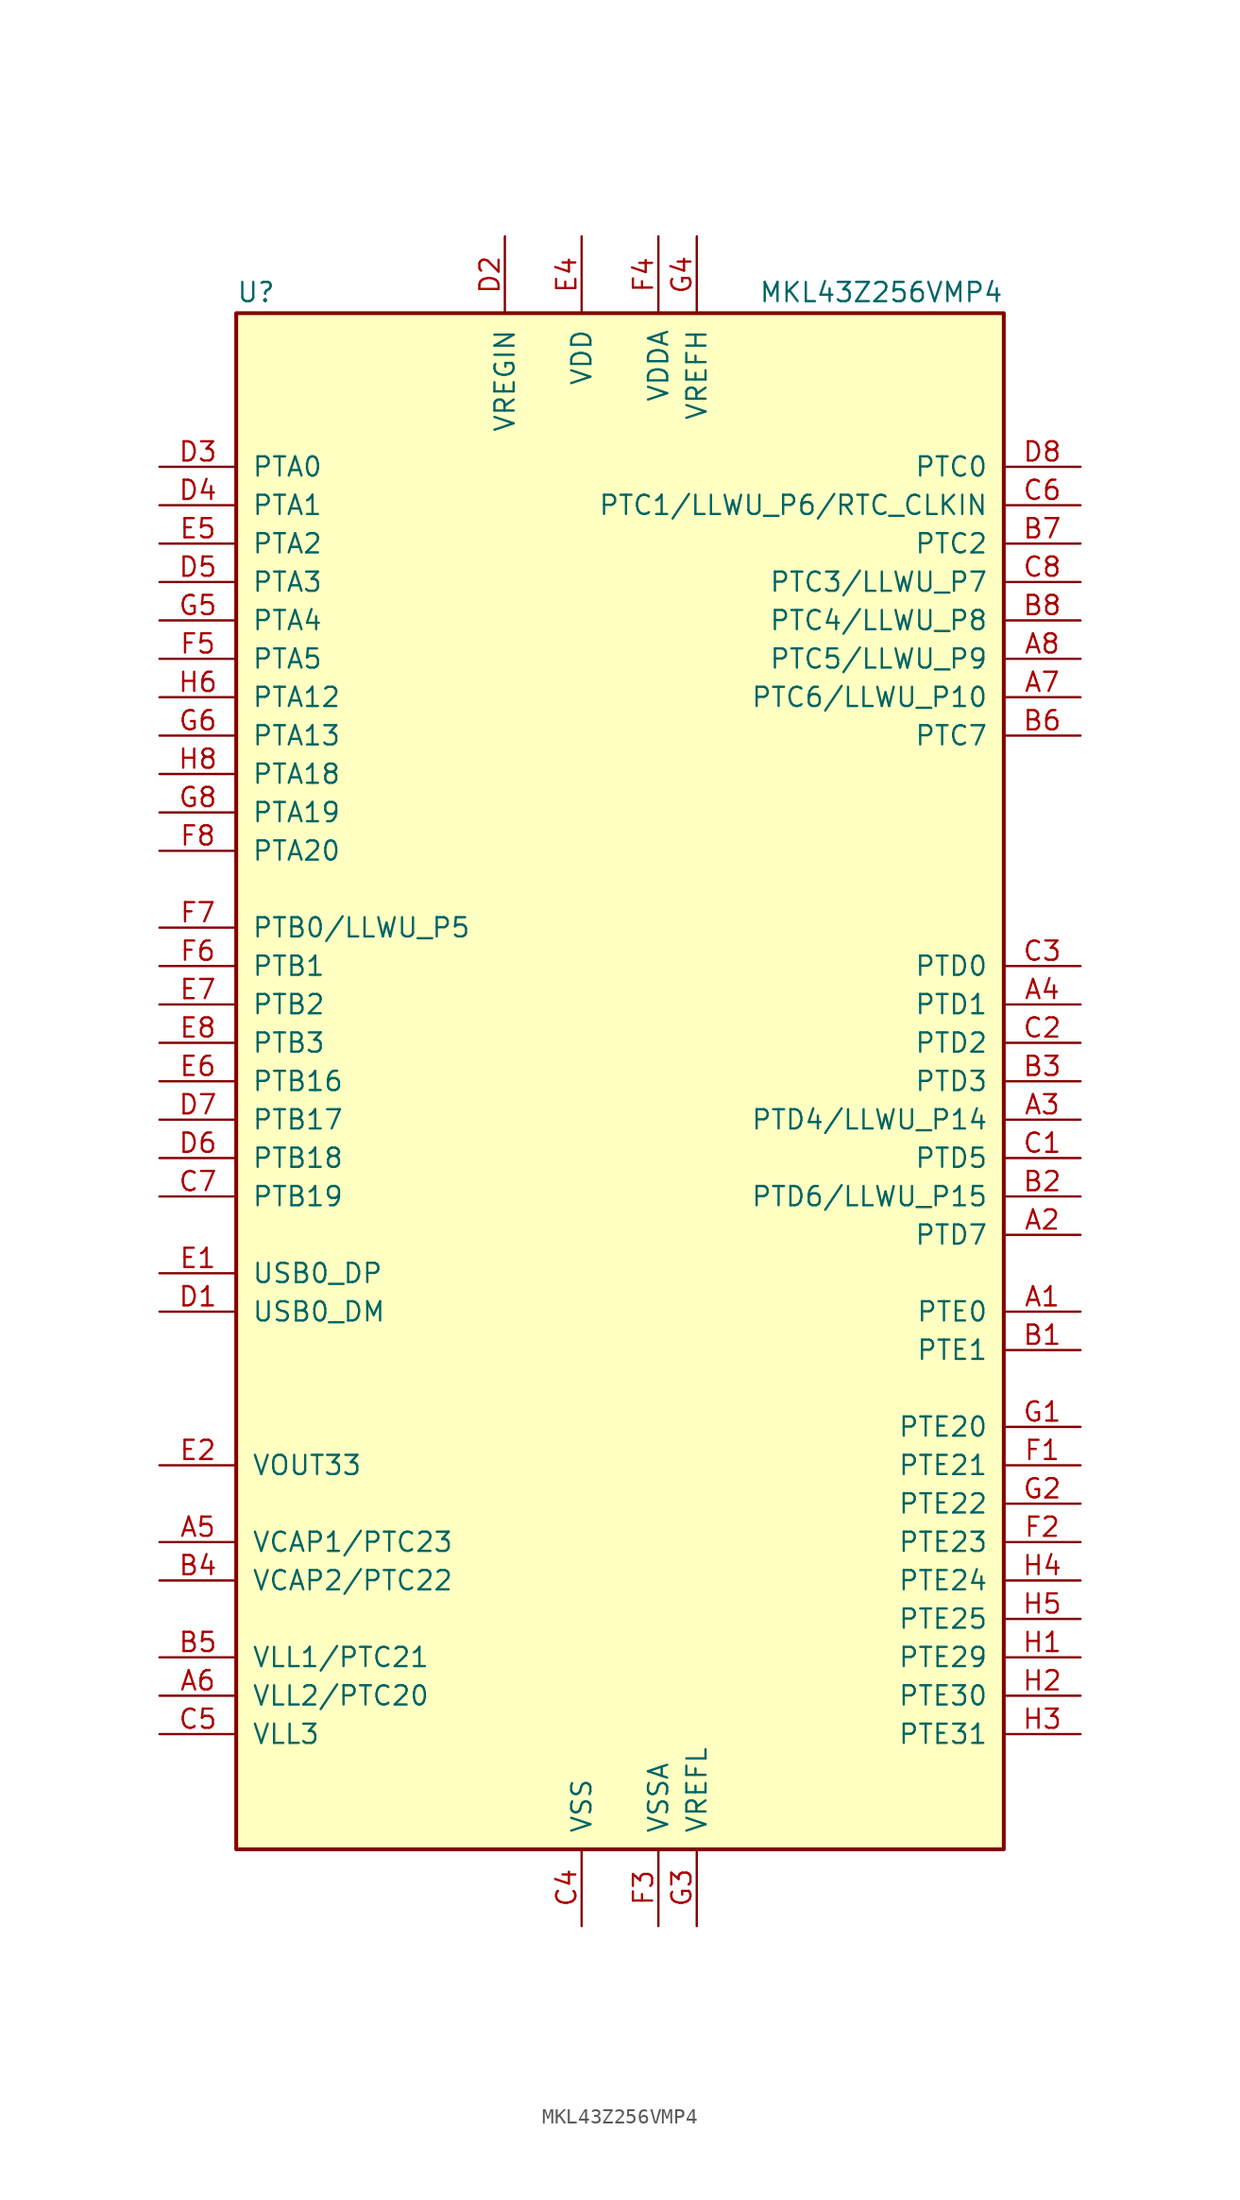
<source format=kicad_sym>
(kicad_symbol_lib
  (version 20231120)
  (generator "kicad_symbol_editor")
  (generator_version "8.0")
  (symbol "MKL43Z256VMP4"
    (pin_names
      (offset 1.016))
    (property "Reference" "U"
      (at -25.4 51.435 0)
      (effects (font (size 1.27 1.27)) (justify left bottom)))
    (property "Value" "MKL43Z256VMP4"
      (at 25.4 51.435 0)
      (effects (font (size 1.27 1.27)) (justify right bottom)))
    (symbol "MKL43Z256VMP4_0_1"
      (rectangle (start -25.4 50.8) (end 25.4 -50.8) (stroke (width 0.254) (type default)) (fill (type background))))
    (symbol "MKL43Z256VMP4_1_1"
      (pin bidirectional line (at 30.48 -15.24 180) (length 5.08) (name "PTE0" (effects (font (size 1.27 1.27)))) (number "A1" (effects (font (size 1.27 1.27)))))
      (pin bidirectional line (at 30.48 -10.16 180) (length 5.08) (name "PTD7" (effects (font (size 1.27 1.27)))) (number "A2" (effects (font (size 1.27 1.27)))))
      (pin bidirectional line (at 30.48 -2.54 180) (length 5.08) (name "PTD4/LLWU_P14" (effects (font (size 1.27 1.27)))) (number "A3" (effects (font (size 1.27 1.27)))))
      (pin bidirectional line (at 30.48 5.08 180) (length 5.08) (name "PTD1" (effects (font (size 1.27 1.27)))) (number "A4" (effects (font (size 1.27 1.27)))))
      (pin passive line (at -30.48 -30.48 0) (length 5.08) (name "VCAP1/PTC23" (effects (font (size 1.27 1.27)))) (number "A5" (effects (font (size 1.27 1.27)))))
      (pin power_out line (at -30.48 -40.64 0) (length 5.08) (name "VLL2/PTC20" (effects (font (size 1.27 1.27)))) (number "A6" (effects (font (size 1.27 1.27)))))
      (pin bidirectional line (at 30.48 25.4 180) (length 5.08) (name "PTC6/LLWU_P10" (effects (font (size 1.27 1.27)))) (number "A7" (effects (font (size 1.27 1.27)))))
      (pin bidirectional line (at 30.48 27.94 180) (length 5.08) (name "PTC5/LLWU_P9" (effects (font (size 1.27 1.27)))) (number "A8" (effects (font (size 1.27 1.27)))))
      (pin bidirectional line (at 30.48 -17.78 180) (length 5.08) (name "PTE1" (effects (font (size 1.27 1.27)))) (number "B1" (effects (font (size 1.27 1.27)))))
      (pin bidirectional line (at 30.48 -7.62 180) (length 5.08) (name "PTD6/LLWU_P15" (effects (font (size 1.27 1.27)))) (number "B2" (effects (font (size 1.27 1.27)))))
      (pin bidirectional line (at 30.48 0 180) (length 5.08) (name "PTD3" (effects (font (size 1.27 1.27)))) (number "B3" (effects (font (size 1.27 1.27)))))
      (pin passive line (at -30.48 -33.02 0) (length 5.08) (name "VCAP2/PTC22" (effects (font (size 1.27 1.27)))) (number "B4" (effects (font (size 1.27 1.27)))))
      (pin power_out line (at -30.48 -38.1 0) (length 5.08) (name "VLL1/PTC21" (effects (font (size 1.27 1.27)))) (number "B5" (effects (font (size 1.27 1.27)))))
      (pin bidirectional line (at 30.48 22.86 180) (length 5.08) (name "PTC7" (effects (font (size 1.27 1.27)))) (number "B6" (effects (font (size 1.27 1.27)))))
      (pin bidirectional line (at 30.48 35.56 180) (length 5.08) (name "PTC2" (effects (font (size 1.27 1.27)))) (number "B7" (effects (font (size 1.27 1.27)))))
      (pin bidirectional line (at 30.48 30.48 180) (length 5.08) (name "PTC4/LLWU_P8" (effects (font (size 1.27 1.27)))) (number "B8" (effects (font (size 1.27 1.27)))))
      (pin bidirectional line (at 30.48 -5.08 180) (length 5.08) (name "PTD5" (effects (font (size 1.27 1.27)))) (number "C1" (effects (font (size 1.27 1.27)))))
      (pin bidirectional line (at 30.48 2.54 180) (length 5.08) (name "PTD2" (effects (font (size 1.27 1.27)))) (number "C2" (effects (font (size 1.27 1.27)))))
      (pin bidirectional line (at 30.48 7.62 180) (length 5.08) (name "PTD0" (effects (font (size 1.27 1.27)))) (number "C3" (effects (font (size 1.27 1.27)))))
      (pin power_in line (at -2.54 -55.88 90) (length 5.08) (name "VSS" (effects (font (size 1.27 1.27)))) (number "C4" (effects (font (size 1.27 1.27)))))
      (pin power_out line (at -30.48 -43.18 0) (length 5.08) (name "VLL3" (effects (font (size 1.27 1.27)))) (number "C5" (effects (font (size 1.27 1.27)))))
      (pin bidirectional line (at 30.48 38.1 180) (length 5.08) (name "PTC1/LLWU_P6/RTC_CLKIN" (effects (font (size 1.27 1.27)))) (number "C6" (effects (font (size 1.27 1.27)))))
      (pin bidirectional line (at -30.48 -7.62 0) (length 5.08) (name "PTB19" (effects (font (size 1.27 1.27)))) (number "C7" (effects (font (size 1.27 1.27)))))
      (pin bidirectional line (at 30.48 33.02 180) (length 5.08) (name "PTC3/LLWU_P7" (effects (font (size 1.27 1.27)))) (number "C8" (effects (font (size 1.27 1.27)))))
      (pin bidirectional line (at -30.48 -15.24 0) (length 5.08) (name "USB0_DM" (effects (font (size 1.27 1.27)))) (number "D1" (effects (font (size 1.27 1.27)))))
      (pin power_in line (at -7.62 55.88 270) (length 5.08) (name "VREGIN" (effects (font (size 1.27 1.27)))) (number "D2" (effects (font (size 1.27 1.27)))))
      (pin bidirectional line (at -30.48 40.64 0) (length 5.08) (name "PTA0" (effects (font (size 1.27 1.27)))) (number "D3" (effects (font (size 1.27 1.27)))))
      (pin bidirectional line (at -30.48 38.1 0) (length 5.08) (name "PTA1" (effects (font (size 1.27 1.27)))) (number "D4" (effects (font (size 1.27 1.27)))))
      (pin bidirectional line (at -30.48 33.02 0) (length 5.08) (name "PTA3" (effects (font (size 1.27 1.27)))) (number "D5" (effects (font (size 1.27 1.27)))))
      (pin bidirectional line (at -30.48 -5.08 0) (length 5.08) (name "PTB18" (effects (font (size 1.27 1.27)))) (number "D6" (effects (font (size 1.27 1.27)))))
      (pin bidirectional line (at -30.48 -2.54 0) (length 5.08) (name "PTB17" (effects (font (size 1.27 1.27)))) (number "D7" (effects (font (size 1.27 1.27)))))
      (pin bidirectional line (at 30.48 40.64 180) (length 5.08) (name "PTC0" (effects (font (size 1.27 1.27)))) (number "D8" (effects (font (size 1.27 1.27)))))
      (pin bidirectional line (at -30.48 -12.7 0) (length 5.08) (name "USB0_DP" (effects (font (size 1.27 1.27)))) (number "E1" (effects (font (size 1.27 1.27)))))
      (pin power_out line (at -30.48 -25.4 0) (length 5.08) (name "VOUT33" (effects (font (size 1.27 1.27)))) (number "E2" (effects (font (size 1.27 1.27)))))
      (pin passive line (at -2.54 -55.88 90) (length 5.08) hide (name "VSS" (effects (font (size 1.27 1.27)))) (number "E3" (effects (font (size 1.27 1.27)))))
      (pin power_in line (at -2.54 55.88 270) (length 5.08) (name "VDD" (effects (font (size 1.27 1.27)))) (number "E4" (effects (font (size 1.27 1.27)))))
      (pin bidirectional line (at -30.48 35.56 0) (length 5.08) (name "PTA2" (effects (font (size 1.27 1.27)))) (number "E5" (effects (font (size 1.27 1.27)))))
      (pin bidirectional line (at -30.48 0 0) (length 5.08) (name "PTB16" (effects (font (size 1.27 1.27)))) (number "E6" (effects (font (size 1.27 1.27)))))
      (pin bidirectional line (at -30.48 5.08 0) (length 5.08) (name "PTB2" (effects (font (size 1.27 1.27)))) (number "E7" (effects (font (size 1.27 1.27)))))
      (pin bidirectional line (at -30.48 2.54 0) (length 5.08) (name "PTB3" (effects (font (size 1.27 1.27)))) (number "E8" (effects (font (size 1.27 1.27)))))
      (pin bidirectional line (at 30.48 -25.4 180) (length 5.08) (name "PTE21" (effects (font (size 1.27 1.27)))) (number "F1" (effects (font (size 1.27 1.27)))))
      (pin bidirectional line (at 30.48 -30.48 180) (length 5.08) (name "PTE23" (effects (font (size 1.27 1.27)))) (number "F2" (effects (font (size 1.27 1.27)))))
      (pin power_in line (at 2.54 -55.88 90) (length 5.08) (name "VSSA" (effects (font (size 1.27 1.27)))) (number "F3" (effects (font (size 1.27 1.27)))))
      (pin power_in line (at 2.54 55.88 270) (length 5.08) (name "VDDA" (effects (font (size 1.27 1.27)))) (number "F4" (effects (font (size 1.27 1.27)))))
      (pin bidirectional line (at -30.48 27.94 0) (length 5.08) (name "PTA5" (effects (font (size 1.27 1.27)))) (number "F5" (effects (font (size 1.27 1.27)))))
      (pin bidirectional line (at -30.48 7.62 0) (length 5.08) (name "PTB1" (effects (font (size 1.27 1.27)))) (number "F6" (effects (font (size 1.27 1.27)))))
      (pin bidirectional line (at -30.48 10.16 0) (length 5.08) (name "PTB0/LLWU_P5" (effects (font (size 1.27 1.27)))) (number "F7" (effects (font (size 1.27 1.27)))))
      (pin bidirectional line (at -30.48 15.24 0) (length 5.08) (name "PTA20" (effects (font (size 1.27 1.27)))) (number "F8" (effects (font (size 1.27 1.27)))))
      (pin bidirectional line (at 30.48 -22.86 180) (length 5.08) (name "PTE20" (effects (font (size 1.27 1.27)))) (number "G1" (effects (font (size 1.27 1.27)))))
      (pin bidirectional line (at 30.48 -27.94 180) (length 5.08) (name "PTE22" (effects (font (size 1.27 1.27)))) (number "G2" (effects (font (size 1.27 1.27)))))
      (pin power_in line (at 5.08 -55.88 90) (length 5.08) (name "VREFL" (effects (font (size 1.27 1.27)))) (number "G3" (effects (font (size 1.27 1.27)))))
      (pin power_in line (at 5.08 55.88 270) (length 5.08) (name "VREFH" (effects (font (size 1.27 1.27)))) (number "G4" (effects (font (size 1.27 1.27)))))
      (pin bidirectional line (at -30.48 30.48 0) (length 5.08) (name "PTA4" (effects (font (size 1.27 1.27)))) (number "G5" (effects (font (size 1.27 1.27)))))
      (pin bidirectional line (at -30.48 22.86 0) (length 5.08) (name "PTA13" (effects (font (size 1.27 1.27)))) (number "G6" (effects (font (size 1.27 1.27)))))
      (pin passive line (at -2.54 55.88 270) (length 5.08) hide (name "VDD" (effects (font (size 1.27 1.27)))) (number "G7" (effects (font (size 1.27 1.27)))))
      (pin bidirectional line (at -30.48 17.78 0) (length 5.08) (name "PTA19" (effects (font (size 1.27 1.27)))) (number "G8" (effects (font (size 1.27 1.27)))))
      (pin bidirectional line (at 30.48 -38.1 180) (length 5.08) (name "PTE29" (effects (font (size 1.27 1.27)))) (number "H1" (effects (font (size 1.27 1.27)))))
      (pin bidirectional line (at 30.48 -40.64 180) (length 5.08) (name "PTE30" (effects (font (size 1.27 1.27)))) (number "H2" (effects (font (size 1.27 1.27)))))
      (pin bidirectional line (at 30.48 -43.18 180) (length 5.08) (name "PTE31" (effects (font (size 1.27 1.27)))) (number "H3" (effects (font (size 1.27 1.27)))))
      (pin bidirectional line (at 30.48 -33.02 180) (length 5.08) (name "PTE24" (effects (font (size 1.27 1.27)))) (number "H4" (effects (font (size 1.27 1.27)))))
      (pin bidirectional line (at 30.48 -35.56 180) (length 5.08) (name "PTE25" (effects (font (size 1.27 1.27)))) (number "H5" (effects (font (size 1.27 1.27)))))
      (pin bidirectional line (at -30.48 25.4 0) (length 5.08) (name "PTA12" (effects (font (size 1.27 1.27)))) (number "H6" (effects (font (size 1.27 1.27)))))
      (pin passive line (at -2.54 -55.88 90) (length 5.08) hide (name "VSS" (effects (font (size 1.27 1.27)))) (number "H7" (effects (font (size 1.27 1.27)))))
      (pin bidirectional line (at -30.48 20.32 0) (length 5.08) (name "PTA18" (effects (font (size 1.27 1.27)))) (number "H8" (effects (font (size 1.27 1.27))))))))
</source>
